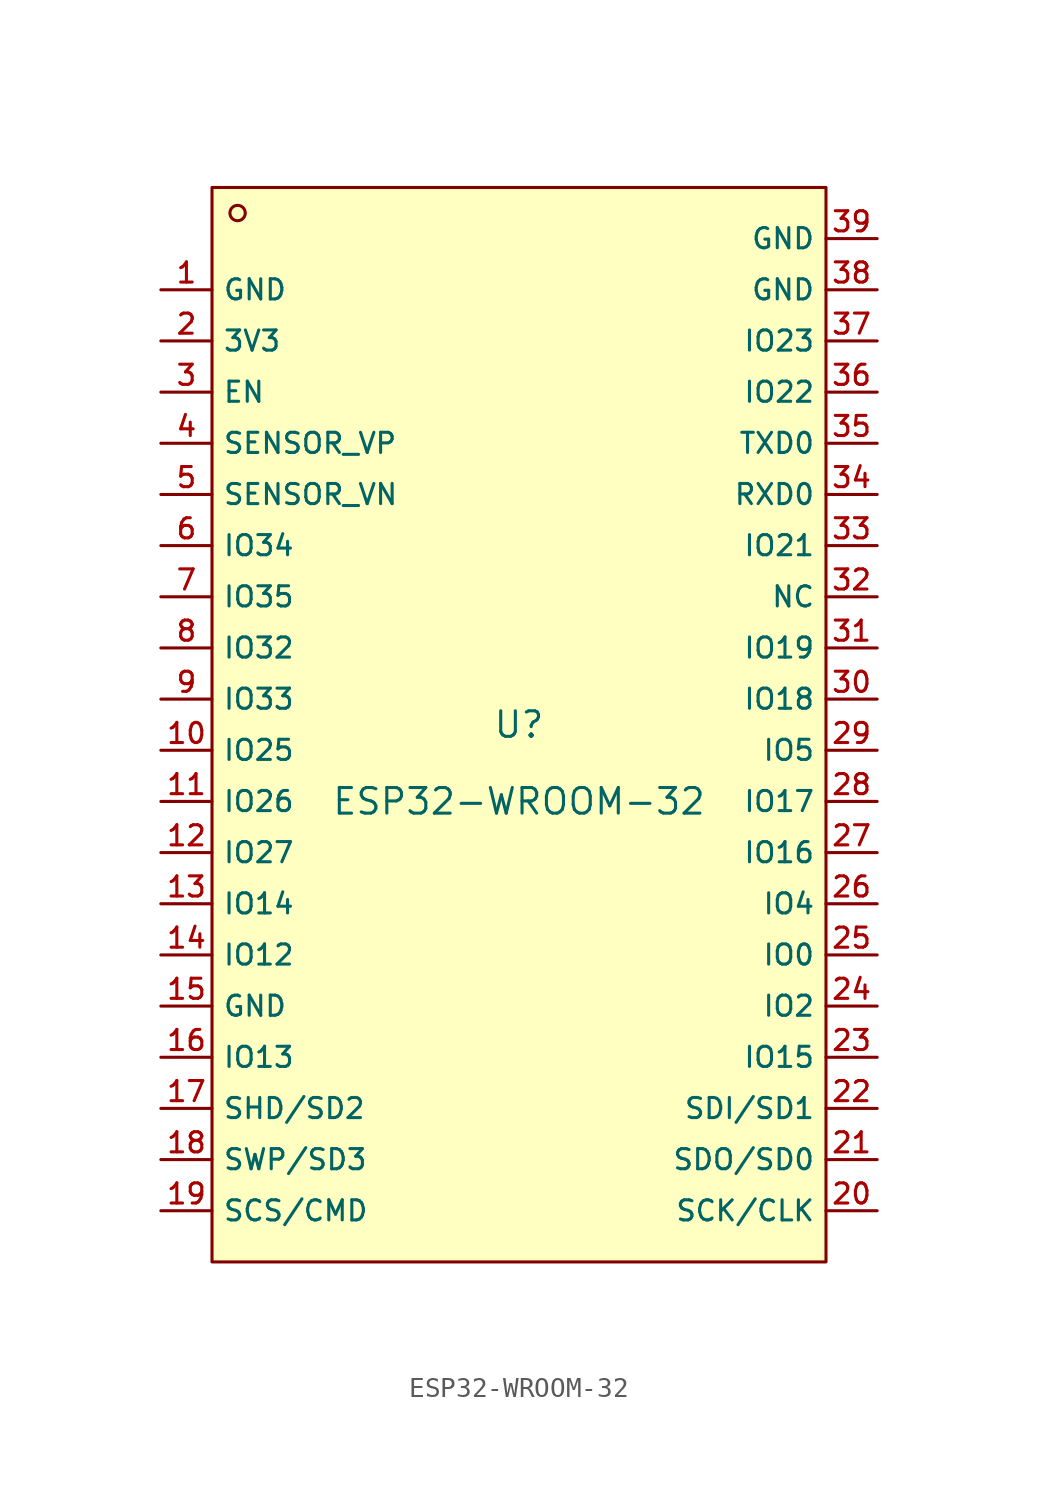
<source format=kicad_sym>
(kicad_symbol_lib
  (version 20231120)
  (generator "kicad_symbol_editor")
  (generator_version "8.0")
  (symbol "ESP32-WROOM-32"
    (property "Reference" "U"
      (at 0 1.27 0)
      (effects (font (size 1.27 1.27))))
    (property "Value" "ESP32-WROOM-32"
      (at 0 -2.54 0)
      (effects (font (size 1.27 1.27))))
    (symbol "ESP32-WROOM-32_0_1"
      (rectangle (start -15.24 27.94) (end 15.24 -25.4) (stroke (width 0) (type default)) (fill (type background)))
      (circle (center -13.97 26.67) (radius 0.381) (stroke (width 0) (type default)) (fill (type background)))
      (pin unspecified line (at -17.78 22.86 0) (length 2.54) (name "GND" (effects (font (size 1 1)))) (number "1" (effects (font (size 1 1)))))
      (pin unspecified line (at -17.78 0 0) (length 2.54) (name "IO25" (effects (font (size 1 1)))) (number "10" (effects (font (size 1 1)))))
      (pin unspecified line (at -17.78 -2.54 0) (length 2.54) (name "IO26" (effects (font (size 1 1)))) (number "11" (effects (font (size 1 1)))))
      (pin unspecified line (at -17.78 -5.08 0) (length 2.54) (name "IO27" (effects (font (size 1 1)))) (number "12" (effects (font (size 1 1)))))
      (pin unspecified line (at -17.78 -7.62 0) (length 2.54) (name "IO14" (effects (font (size 1 1)))) (number "13" (effects (font (size 1 1)))))
      (pin unspecified line (at -17.78 -10.16 0) (length 2.54) (name "IO12" (effects (font (size 1 1)))) (number "14" (effects (font (size 1 1)))))
      (pin unspecified line (at -17.78 -12.7 0) (length 2.54) (name "GND" (effects (font (size 1 1)))) (number "15" (effects (font (size 1 1)))))
      (pin unspecified line (at -17.78 -15.24 0) (length 2.54) (name "IO13" (effects (font (size 1 1)))) (number "16" (effects (font (size 1 1)))))
      (pin unspecified line (at -17.78 -17.78 0) (length 2.54) (name "SHD/SD2" (effects (font (size 1 1)))) (number "17" (effects (font (size 1 1)))))
      (pin unspecified line (at -17.78 -20.32 0) (length 2.54) (name "SWP/SD3" (effects (font (size 1 1)))) (number "18" (effects (font (size 1 1)))))
      (pin unspecified line (at -17.78 -22.86 0) (length 2.54) (name "SCS/CMD" (effects (font (size 1 1)))) (number "19" (effects (font (size 1 1)))))
      (pin unspecified line (at -17.78 20.32 0) (length 2.54) (name "3V3" (effects (font (size 1 1)))) (number "2" (effects (font (size 1 1)))))
      (pin unspecified line (at 17.78 -22.86 180) (length 2.54) (name "SCK/CLK" (effects (font (size 1 1)))) (number "20" (effects (font (size 1 1)))))
      (pin unspecified line (at 17.78 -20.32 180) (length 2.54) (name "SDO/SD0" (effects (font (size 1 1)))) (number "21" (effects (font (size 1 1)))))
      (pin unspecified line (at 17.78 -17.78 180) (length 2.54) (name "SDI/SD1" (effects (font (size 1 1)))) (number "22" (effects (font (size 1 1)))))
      (pin unspecified line (at 17.78 -15.24 180) (length 2.54) (name "IO15" (effects (font (size 1 1)))) (number "23" (effects (font (size 1 1)))))
      (pin unspecified line (at 17.78 -12.7 180) (length 2.54) (name "IO2" (effects (font (size 1 1)))) (number "24" (effects (font (size 1 1)))))
      (pin unspecified line (at 17.78 -10.16 180) (length 2.54) (name "IO0" (effects (font (size 1 1)))) (number "25" (effects (font (size 1 1)))))
      (pin unspecified line (at 17.78 -7.62 180) (length 2.54) (name "IO4" (effects (font (size 1 1)))) (number "26" (effects (font (size 1 1)))))
      (pin unspecified line (at 17.78 -5.08 180) (length 2.54) (name "IO16" (effects (font (size 1 1)))) (number "27" (effects (font (size 1 1)))))
      (pin unspecified line (at 17.78 -2.54 180) (length 2.54) (name "IO17" (effects (font (size 1 1)))) (number "28" (effects (font (size 1 1)))))
      (pin unspecified line (at 17.78 0 180) (length 2.54) (name "IO5" (effects (font (size 1 1)))) (number "29" (effects (font (size 1 1)))))
      (pin unspecified line (at -17.78 17.78 0) (length 2.54) (name "EN" (effects (font (size 1 1)))) (number "3" (effects (font (size 1 1)))))
      (pin unspecified line (at 17.78 2.54 180) (length 2.54) (name "IO18" (effects (font (size 1 1)))) (number "30" (effects (font (size 1 1)))))
      (pin unspecified line (at 17.78 5.08 180) (length 2.54) (name "IO19" (effects (font (size 1 1)))) (number "31" (effects (font (size 1 1)))))
      (pin unspecified line (at 17.78 7.62 180) (length 2.54) (name "NC" (effects (font (size 1 1)))) (number "32" (effects (font (size 1 1)))))
      (pin unspecified line (at 17.78 10.16 180) (length 2.54) (name "IO21" (effects (font (size 1 1)))) (number "33" (effects (font (size 1 1)))))
      (pin unspecified line (at 17.78 12.7 180) (length 2.54) (name "RXD0" (effects (font (size 1 1)))) (number "34" (effects (font (size 1 1)))))
      (pin unspecified line (at 17.78 15.24 180) (length 2.54) (name "TXD0" (effects (font (size 1 1)))) (number "35" (effects (font (size 1 1)))))
      (pin unspecified line (at 17.78 17.78 180) (length 2.54) (name "IO22" (effects (font (size 1 1)))) (number "36" (effects (font (size 1 1)))))
      (pin unspecified line (at 17.78 20.32 180) (length 2.54) (name "IO23" (effects (font (size 1 1)))) (number "37" (effects (font (size 1 1)))))
      (pin unspecified line (at 17.78 22.86 180) (length 2.54) (name "GND" (effects (font (size 1 1)))) (number "38" (effects (font (size 1 1)))))
      (pin unspecified line (at 17.78 25.4 180) (length 2.54) (name "GND" (effects (font (size 1 1)))) (number "39" (effects (font (size 1 1)))))
      (pin unspecified line (at -17.78 15.24 0) (length 2.54) (name "SENSOR_VP" (effects (font (size 1 1)))) (number "4" (effects (font (size 1 1)))))
      (pin unspecified line (at -17.78 12.7 0) (length 2.54) (name "SENSOR_VN" (effects (font (size 1 1)))) (number "5" (effects (font (size 1 1)))))
      (pin unspecified line (at -17.78 10.16 0) (length 2.54) (name "IO34" (effects (font (size 1 1)))) (number "6" (effects (font (size 1 1)))))
      (pin unspecified line (at -17.78 7.62 0) (length 2.54) (name "IO35" (effects (font (size 1 1)))) (number "7" (effects (font (size 1 1)))))
      (pin unspecified line (at -17.78 5.08 0) (length 2.54) (name "IO32" (effects (font (size 1 1)))) (number "8" (effects (font (size 1 1)))))
      (pin unspecified line (at -17.78 2.54 0) (length 2.54) (name "IO33" (effects (font (size 1 1)))) (number "9" (effects (font (size 1 1))))))))
</source>
